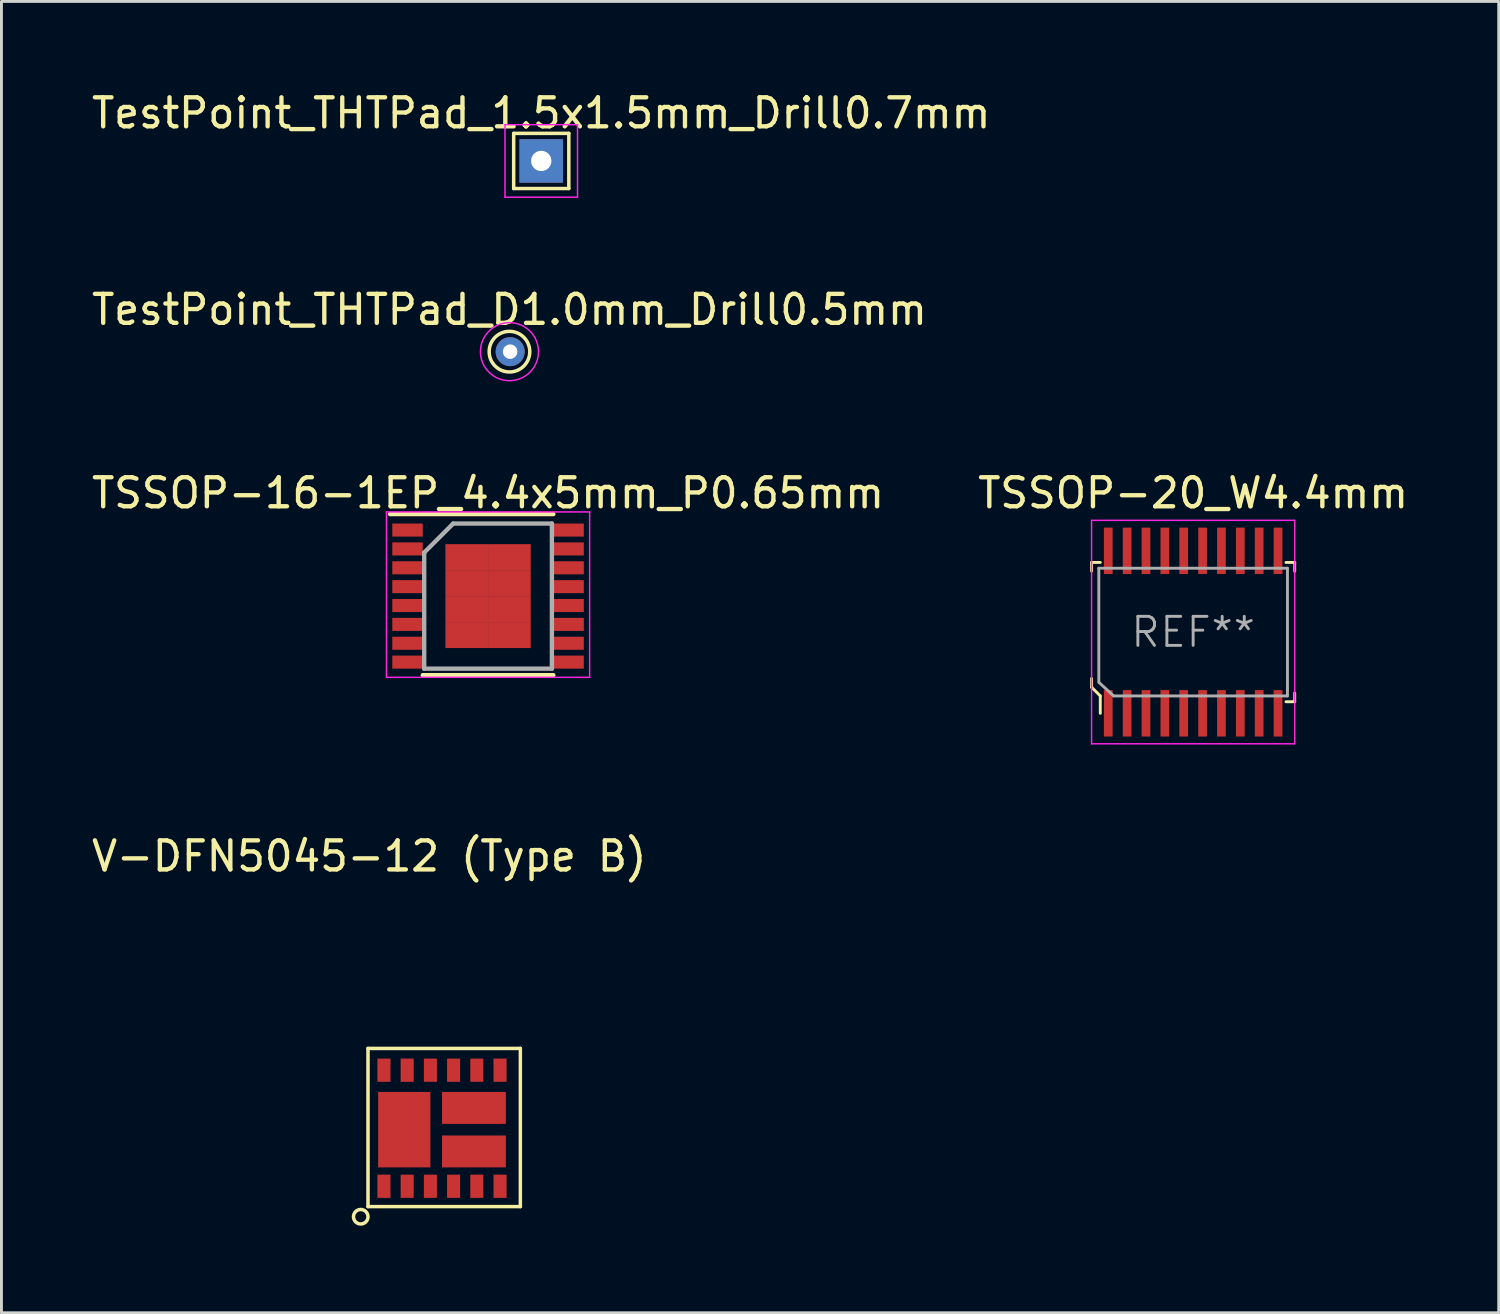
<source format=kicad_pcb>
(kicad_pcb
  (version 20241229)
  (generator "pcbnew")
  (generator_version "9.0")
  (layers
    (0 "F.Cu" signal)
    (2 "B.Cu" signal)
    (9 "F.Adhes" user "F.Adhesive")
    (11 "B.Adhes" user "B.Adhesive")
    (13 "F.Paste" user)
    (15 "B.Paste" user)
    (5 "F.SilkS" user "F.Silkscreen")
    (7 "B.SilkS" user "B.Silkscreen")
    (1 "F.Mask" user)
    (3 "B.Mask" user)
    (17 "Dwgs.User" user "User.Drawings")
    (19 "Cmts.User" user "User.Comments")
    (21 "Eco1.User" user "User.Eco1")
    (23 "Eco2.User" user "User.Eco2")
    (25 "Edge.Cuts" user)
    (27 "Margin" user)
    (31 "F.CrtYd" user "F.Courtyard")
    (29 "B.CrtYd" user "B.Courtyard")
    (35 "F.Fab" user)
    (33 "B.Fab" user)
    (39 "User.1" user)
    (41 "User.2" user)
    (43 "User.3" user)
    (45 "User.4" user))
  (footprint "TestPoint_THTPad_1.5x1.5mm_Drill0.7mm"
    (layer "F.Cu")
    (at 15.601 2.496)
    (property "Reference" "TestPoint_THTPad_1.5x1.5mm_Drill0.7mm" (at 0 -1.648 0) (layer "F.SilkS") (effects (font (size 1 1) (thickness 0.15))))
    (attr exclude_from_pos_files exclude_from_bom)
    (fp_line (start -0.95 -0.95) (end 0.95 -0.95) (stroke (width 0.12) (type solid)) (layer "F.SilkS"))
    (fp_line (start -0.95 0.95) (end -0.95 -0.95) (stroke (width 0.12) (type solid)) (layer "F.SilkS"))
    (fp_line (start 0.95 -0.95) (end 0.95 0.95) (stroke (width 0.12) (type solid)) (layer "F.SilkS"))
    (fp_line (start 0.95 0.95) (end -0.95 0.95) (stroke (width 0.12) (type solid)) (layer "F.SilkS"))
    (fp_line (start -1.25 -1.25) (end -1.25 1.25) (stroke (width 0.05) (type solid)) (layer "F.CrtYd"))
    (fp_line (start -1.25 -1.25) (end 1.25 -1.25) (stroke (width 0.05) (type solid)) (layer "F.CrtYd"))
    (fp_line (start 1.25 1.25) (end -1.25 1.25) (stroke (width 0.05) (type solid)) (layer "F.CrtYd"))
    (fp_line (start 1.25 1.25) (end 1.25 -1.25) (stroke (width 0.05) (type solid)) (layer "F.CrtYd"))
    (pad "1" thru_hole rect (at 0 0) (size 1.5 1.5) (drill 0.7) (layers "*.Cu" "*.Mask")))
  (footprint "TSSOP-16-1EP_4.4x5mm_P0.65mm"
    (layer "F.Cu")
    (at 13.768 17.491)
    (property "Reference" "TSSOP-16-1EP_4.4x5mm_P0.65mm" (at 0 -3.55 180) (layer "F.SilkS") (effects (font (size 1 1) (thickness 0.15))))
    (attr smd)
    (fp_line (start -3.375 -2.825) (end 2.25 -2.825) (stroke (width 0.15) (type solid)) (layer "F.SilkS"))
    (fp_line (start -2.25 2.725) (end 2.25 2.725) (stroke (width 0.15) (type solid)) (layer "F.SilkS"))
    (fp_line (start -3.5 -2.9) (end -3.5 2.8) (stroke (width 0.05) (type solid)) (layer "F.CrtYd"))
    (fp_line (start -3.5 -2.9) (end 3.5 -2.9) (stroke (width 0.05) (type solid)) (layer "F.CrtYd"))
    (fp_line (start -3.5 2.8) (end 3.5 2.8) (stroke (width 0.05) (type solid)) (layer "F.CrtYd"))
    (fp_line (start 3.5 -2.9) (end 3.5 2.8) (stroke (width 0.05) (type solid)) (layer "F.CrtYd"))
    (fp_line (start -2.2 -1.5) (end -1.2 -2.5) (stroke (width 0.15) (type solid)) (layer "F.Fab"))
    (fp_line (start -2.2 2.5) (end -2.2 -1.5) (stroke (width 0.15) (type solid)) (layer "F.Fab"))
    (fp_line (start -1.2 -2.5) (end 2.2 -2.5) (stroke (width 0.15) (type solid)) (layer "F.Fab"))
    (fp_line (start 2.2 -2.5) (end 2.2 2.5) (stroke (width 0.15) (type solid)) (layer "F.Fab"))
    (fp_line (start 2.2 2.5) (end -2.2 2.5) (stroke (width 0.15) (type solid)) (layer "F.Fab"))
    (pad "1" smd rect (at -2.775 -2.275) (size 1.05 0.45) (layers "F.Cu" "F.Mask" "F.Paste"))
    (pad "2" smd rect (at -2.775 -1.625) (size 1.05 0.45) (layers "F.Cu" "F.Mask" "F.Paste"))
    (pad "3" smd rect (at -2.775 -0.975) (size 1.05 0.45) (layers "F.Cu" "F.Mask" "F.Paste"))
    (pad "4" smd rect (at -2.775 -0.325) (size 1.05 0.45) (layers "F.Cu" "F.Mask" "F.Paste"))
    (pad "5" smd rect (at -2.775 0.325) (size 1.05 0.45) (layers "F.Cu" "F.Mask" "F.Paste"))
    (pad "6" smd rect (at -2.775 0.975) (size 1.05 0.45) (layers "F.Cu" "F.Mask" "F.Paste"))
    (pad "7" smd rect (at -2.775 1.625) (size 1.05 0.45) (layers "F.Cu" "F.Mask" "F.Paste"))
    (pad "8" smd rect (at -2.775 2.275) (size 1.05 0.45) (layers "F.Cu" "F.Mask" "F.Paste"))
    (pad "9" smd rect (at 2.775 2.275) (size 1.05 0.45) (layers "F.Cu" "F.Mask" "F.Paste"))
    (pad "10" smd rect (at 2.775 1.625) (size 1.05 0.45) (layers "F.Cu" "F.Mask" "F.Paste"))
    (pad "11" smd rect (at 2.775 0.975) (size 1.05 0.45) (layers "F.Cu" "F.Mask" "F.Paste"))
    (pad "12" smd rect (at 2.775 0.325) (size 1.05 0.45) (layers "F.Cu" "F.Mask" "F.Paste"))
    (pad "13" smd rect (at 2.775 -0.325) (size 1.05 0.45) (layers "F.Cu" "F.Mask" "F.Paste"))
    (pad "14" smd rect (at 2.775 -0.975) (size 1.05 0.45) (layers "F.Cu" "F.Mask" "F.Paste"))
    (pad "15" smd rect (at 2.775 -1.625) (size 1.05 0.45) (layers "F.Cu" "F.Mask" "F.Paste"))
    (pad "16" smd rect (at 2.775 -2.275) (size 1.05 0.45) (layers "F.Cu" "F.Mask" "F.Paste"))
    (pad "17" smd rect (at -0.735 -1.343) (size 1.47 0.895) (layers "F.Cu" "F.Mask" "F.Paste"))
    (pad "17" smd rect (at -0.735 -0.448) (size 1.47 0.895) (layers "F.Cu" "F.Mask" "F.Paste"))
    (pad "17" smd rect (at -0.735 0.448) (size 1.47 0.895) (layers "F.Cu" "F.Mask" "F.Paste"))
    (pad "17" smd rect (at -0.735 1.343) (size 1.47 0.895) (layers "F.Cu" "F.Mask" "F.Paste"))
    (pad "17" smd rect (at 0.735 -1.343) (size 1.47 0.895) (layers "F.Cu" "F.Mask" "F.Paste"))
    (pad "17" smd rect (at 0.735 -0.448) (size 1.47 0.895) (layers "F.Cu" "F.Mask" "F.Paste"))
    (pad "17" smd rect (at 0.735 0.448) (size 1.47 0.895) (layers "F.Cu" "F.Mask" "F.Paste"))
    (pad "17" smd rect (at 0.735 1.343) (size 1.47 0.895) (layers "F.Cu" "F.Mask" "F.Paste")))
  (footprint "TestPoint_THTPad_D1.0mm_Drill0.5mm"
    (layer "F.Cu")
    (at 14.506 9.068)
    (property "Reference" "TestPoint_THTPad_D1.0mm_Drill0.5mm" (at 0 -1.448 0) (layer "F.SilkS") (effects (font (size 1 1) (thickness 0.15))))
    (attr exclude_from_pos_files exclude_from_bom)
    (fp_circle (center 0 0) (end 0 0.7) (stroke (width 0.12) (type solid)) (fill no) (layer "F.SilkS"))
    (fp_circle (center 0 0) (end 1 0) (stroke (width 0.05) (type solid)) (fill no) (layer "F.CrtYd"))
    (pad "1" thru_hole circle (at 0.023 0) (size 1 1) (drill 0.5) (layers "*.Cu" "*.Mask")))
  (footprint "V-DFN5045-12 (Type B)"
    (layer "F.Cu")
    (at 10.181 33.828)
    (property "Reference" "V-DFN5045-12 (Type B)" (at -0.508 -7.374 0) (layer "F.SilkS") (effects (font (size 1 1) (thickness 0.15))))
    (attr through_hole)
    (fp_line (start -0.55 -0.75) (end 4.7 -0.75) (stroke (width 0.12) (type solid)) (layer "F.SilkS"))
    (fp_line (start -0.55 4.7) (end -0.55 -0.75) (stroke (width 0.12) (type solid)) (layer "F.SilkS"))
    (fp_line (start 4.7 -0.75) (end 4.7 4.7) (stroke (width 0.12) (type solid)) (layer "F.SilkS"))
    (fp_line (start 4.7 4.7) (end -0.55 4.7) (stroke (width 0.12) (type solid)) (layer "F.SilkS"))
    (fp_circle (center -0.8 5.05) (end -0.6 5.2) (stroke (width 0.12) (type solid)) (fill no) (layer "F.SilkS"))
    (pad "1" smd rect (at 0 4) (size 0.45 0.8) (layers "F.Cu" "F.Mask" "F.Paste"))
    (pad "2" smd rect (at 0.8 4) (size 0.45 0.8) (layers "F.Cu" "F.Mask" "F.Paste"))
    (pad "3" smd rect (at 1.6 4) (size 0.45 0.8) (layers "F.Cu" "F.Mask" "F.Paste"))
    (pad "4" smd rect (at 2.4 4) (size 0.45 0.8) (layers "F.Cu" "F.Mask" "F.Paste"))
    (pad "5" smd rect (at 3.2 4) (size 0.45 0.8) (layers "F.Cu" "F.Mask" "F.Paste"))
    (pad "6" smd rect (at 4 4) (size 0.45 0.8) (layers "F.Cu" "F.Mask" "F.Paste"))
    (pad "7" smd rect (at 4 0) (size 0.45 0.8) (layers "F.Cu" "F.Mask" "F.Paste"))
    (pad "8" smd rect (at 3.2 0) (size 0.45 0.8) (layers "F.Cu" "F.Mask" "F.Paste"))
    (pad "9" smd rect (at 2.4 0) (size 0.45 0.8) (layers "F.Cu" "F.Mask" "F.Paste"))
    (pad "10" smd rect (at 1.6 0) (size 0.45 0.8) (layers "F.Cu" "F.Mask" "F.Paste"))
    (pad "11" smd rect (at 0.8 0) (size 0.45 0.8) (layers "F.Cu" "F.Mask" "F.Paste"))
    (pad "12" smd rect (at 0 0) (size 0.45 0.8) (layers "F.Cu" "F.Mask" "F.Paste"))
    (pad "13" smd rect (at 0.7 2.05) (size 1.8 2.6) (layers "F.Cu" "F.Mask" "F.Paste"))
    (pad "14" smd rect (at 3.1 2.8) (size 2.2 1.1) (layers "F.Cu" "F.Mask" "F.Paste"))
    (pad "15" smd rect (at 3.1 1.3) (size 2.2 1.1) (layers "F.Cu" "F.Mask" "F.Paste")))
  (footprint "TSSOP-20_W4.4mm"
    (layer "F.Cu")
    (at 38.065 18.731)
    (property "Reference" "TSSOP-20_W4.4mm" (at 0 -4.79 0) (layer "F.SilkS") (effects (font (size 1 1) (thickness 0.15))))
    (attr through_hole)
    (fp_line (start -3.5 -2.4) (end -3.5 -2.1) (stroke (width 0.1) (type solid)) (layer "F.SilkS"))
    (fp_line (start -3.5 1.6) (end -3.5 1.9) (stroke (width 0.1) (type solid)) (layer "F.SilkS"))
    (fp_line (start -3.5 1.9) (end -3.2 2.2) (stroke (width 0.1) (type solid)) (layer "F.SilkS"))
    (fp_line (start -3.2 -2.4) (end -3.5 -2.4) (stroke (width 0.1) (type solid)) (layer "F.SilkS"))
    (fp_line (start -3.2 2.2) (end -3.2 2.8) (stroke (width 0.1) (type solid)) (layer "F.SilkS"))
    (fp_line (start 3.2 -2.4) (end 3.5 -2.4) (stroke (width 0.1) (type solid)) (layer "F.SilkS"))
    (fp_line (start 3.5 -2.4) (end 3.5 -2.1) (stroke (width 0.1) (type solid)) (layer "F.SilkS"))
    (fp_line (start 3.5 2.4) (end 3.2 2.4) (stroke (width 0.1) (type solid)) (layer "F.SilkS"))
    (fp_line (start 3.5 2.4) (end 3.5 2.1) (stroke (width 0.1) (type solid)) (layer "F.SilkS"))
    (fp_line (start -3.5 -3.85) (end -3.5 3.85) (stroke (width 0.05) (type solid)) (layer "F.CrtYd"))
    (fp_line (start -3.5 -3.85) (end 3.5 -3.85) (stroke (width 0.05) (type solid)) (layer "F.CrtYd"))
    (fp_line (start -3.5 3.85) (end 3.5 3.85) (stroke (width 0.05) (type solid)) (layer "F.CrtYd"))
    (fp_line (start 3.5 -3.85) (end 3.5 3.85) (stroke (width 0.05) (type solid)) (layer "F.CrtYd"))
    (fp_line (start -3.25 -2.2) (end -3.25 1.73) (stroke (width 0.1) (type solid)) (layer "F.Fab"))
    (fp_line (start -3.25 -2.2) (end 3.25 -2.2) (stroke (width 0.1) (type solid)) (layer "F.Fab"))
    (fp_line (start -3.24 1.74) (end -2.74 2.2) (stroke (width 0.1) (type solid)) (layer "F.Fab"))
    (fp_line (start 3.25 -2.2) (end 3.25 2.2) (stroke (width 0.1) (type solid)) (layer "F.Fab"))
    (fp_line (start 3.25 2.2) (end -2.73 2.2) (stroke (width 0.1) (type solid)) (layer "F.Fab"))
    (fp_text user "REF**" (at 0 0 0) (layer "F.Fab") (effects (font (size 1 1) (thickness 0.1))))
    (pad "1" smd rect (at -2.925 2.8) (size 0.3 1.6) (layers "F.Cu" "F.Mask" "F.Paste"))
    (pad "2" smd rect (at -2.275 2.8) (size 0.3 1.6) (layers "F.Cu" "F.Mask" "F.Paste"))
    (pad "3" smd rect (at -1.625 2.8) (size 0.3 1.6) (layers "F.Cu" "F.Mask" "F.Paste"))
    (pad "4" smd rect (at -0.975 2.8) (size 0.3 1.6) (layers "F.Cu" "F.Mask" "F.Paste"))
    (pad "5" smd rect (at -0.325 2.8) (size 0.3 1.6) (layers "F.Cu" "F.Mask" "F.Paste"))
    (pad "6" smd rect (at 0.325 2.8) (size 0.3 1.6) (layers "F.Cu" "F.Mask" "F.Paste"))
    (pad "7" smd rect (at 0.975 2.8) (size 0.3 1.6) (layers "F.Cu" "F.Mask" "F.Paste"))
    (pad "8" smd rect (at 1.625 2.8) (size 0.3 1.6) (layers "F.Cu" "F.Mask" "F.Paste"))
    (pad "9" smd rect (at 2.275 2.8) (size 0.3 1.6) (layers "F.Cu" "F.Mask" "F.Paste"))
    (pad "10" smd rect (at 2.925 2.8) (size 0.3 1.6) (layers "F.Cu" "F.Mask" "F.Paste"))
    (pad "11" smd rect (at 2.925 -2.8) (size 0.3 1.6) (layers "F.Cu" "F.Mask" "F.Paste"))
    (pad "12" smd rect (at 2.275 -2.8) (size 0.3 1.6) (layers "F.Cu" "F.Mask" "F.Paste"))
    (pad "13" smd rect (at 1.625 -2.8) (size 0.3 1.6) (layers "F.Cu" "F.Mask" "F.Paste"))
    (pad "14" smd rect (at 0.975 -2.8) (size 0.3 1.6) (layers "F.Cu" "F.Mask" "F.Paste"))
    (pad "15" smd rect (at 0.325 -2.8) (size 0.3 1.6) (layers "F.Cu" "F.Mask" "F.Paste"))
    (pad "16" smd rect (at -0.325 -2.8) (size 0.3 1.6) (layers "F.Cu" "F.Mask" "F.Paste"))
    (pad "17" smd rect (at -0.975 -2.8) (size 0.3 1.6) (layers "F.Cu" "F.Mask" "F.Paste"))
    (pad "18" smd rect (at -1.625 -2.8) (size 0.3 1.6) (layers "F.Cu" "F.Mask" "F.Paste"))
    (pad "19" smd rect (at -2.275 -2.8) (size 0.3 1.6) (layers "F.Cu" "F.Mask" "F.Paste"))
    (pad "20" smd rect (at -2.925 -2.8) (size 0.3 1.6) (layers "F.Cu" "F.Mask" "F.Paste")))
  (gr_rect
    (start -3 -3)
    (end 48.595 42.188)
    (stroke (width 0.1) (type default))
    (fill no)
    (layer "Edge.Cuts")))
</source>
